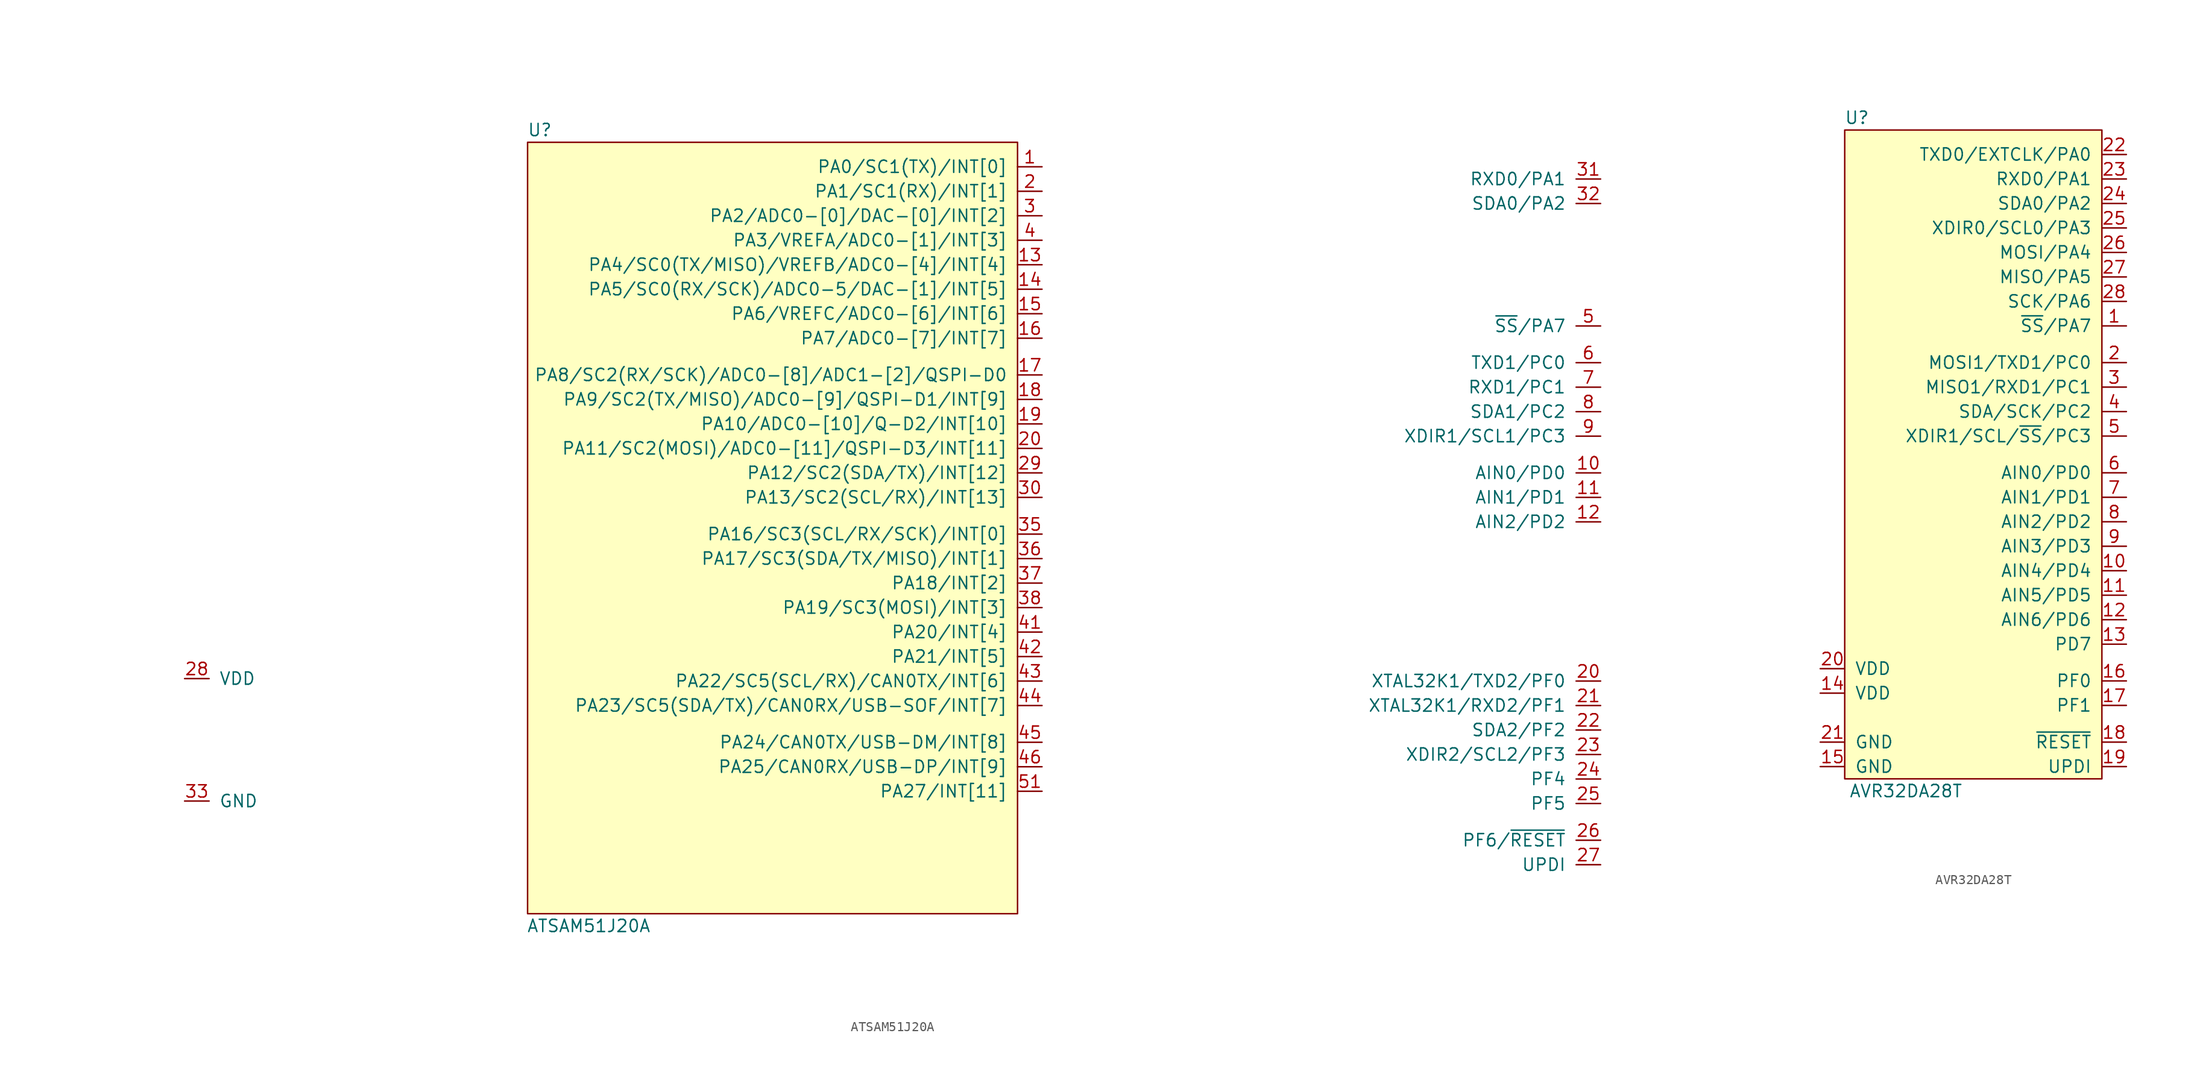
<source format=kicad_sym>
(kicad_symbol_lib
  (version 20211014)
  (generator kicad_symbol_editor)
  (symbol "ATSAM51J20A"
    (pin_names
      (offset 1.016))
    (property "Reference" "U"
      (at 1.27 81.28 0)
      (effects (font (size 1.27 1.27))))
    (property "Value" "ATSAM51J20A"
      (at 6.35 -1.27 0)
      (effects (font (size 1.27 1.27))))
    (symbol "ATSAM51J20A_0_1"
      (rectangle (start 0 80.01) (end 50.8 0) (stroke (width 0) (type default) (color 0 0 0 0)) (fill (type background))))
    (symbol "ATSAM51J20A_1_1"
      (pin bidirectional line (at 53.34 77.47 180) (length 2.54) (name "PA0/SC1(TX)/INT[0]" (effects (font (size 1.27 1.27)))) (number "1" (effects (font (size 1.27 1.27)))))
      (pin bidirectional line (at 111.252 45.72 180) (length 2.54) (name "AIN0/PD0" (effects (font (size 1.27 1.27)))) (number "10" (effects (font (size 1.27 1.27)))))
      (pin bidirectional line (at 111.252 43.18 180) (length 2.54) (name "AIN1/PD1" (effects (font (size 1.27 1.27)))) (number "11" (effects (font (size 1.27 1.27)))))
      (pin bidirectional line (at 111.252 40.64 180) (length 2.54) (name "AIN2/PD2" (effects (font (size 1.27 1.27)))) (number "12" (effects (font (size 1.27 1.27)))))
      (pin bidirectional line (at 53.34 67.31 180) (length 2.54) (name "PA4/SC0(TX/MISO)/VREFB/ADC0-[4]/INT[4]" (effects (font (size 1.27 1.27)))) (number "13" (effects (font (size 1.27 1.27)))))
      (pin bidirectional line (at 53.34 64.77 180) (length 2.54) (name "PA5/SC0(RX/SCK)/ADC0-5/DAC-[1]/INT[5]" (effects (font (size 1.27 1.27)))) (number "14" (effects (font (size 1.27 1.27)))))
      (pin bidirectional line (at 53.34 62.23 180) (length 2.54) (name "PA6/VREFC/ADC0-[6]/INT[6]" (effects (font (size 1.27 1.27)))) (number "15" (effects (font (size 1.27 1.27)))))
      (pin bidirectional line (at 53.34 59.69 180) (length 2.54) (name "PA7/ADC0-[7]/INT[7]" (effects (font (size 1.27 1.27)))) (number "16" (effects (font (size 1.27 1.27)))))
      (pin bidirectional line (at 53.34 55.88 180) (length 2.54) (name "PA8/SC2(RX/SCK)/ADC0-[8]/ADC1-[2]/QSPI-D0" (effects (font (size 1.27 1.27)))) (number "17" (effects (font (size 1.27 1.27)))))
      (pin bidirectional line (at 53.34 53.34 180) (length 2.54) (name "PA9/SC2(TX/MISO)/ADC0-[9]/QSPI-D1/INT[9]" (effects (font (size 1.27 1.27)))) (number "18" (effects (font (size 1.27 1.27)))))
      (pin bidirectional line (at 53.34 50.8 180) (length 2.54) (name "PA10/ADC0-[10]/Q-D2/INT[10]" (effects (font (size 1.27 1.27)))) (number "19" (effects (font (size 1.27 1.27)))))
      (pin bidirectional line (at 53.34 74.93 180) (length 2.54) (name "PA1/SC1(RX)/INT[1]" (effects (font (size 1.27 1.27)))) (number "2" (effects (font (size 1.27 1.27)))))
      (pin bidirectional line (at 53.34 48.26 180) (length 2.54) (name "PA11/SC2(MOSI)/ADC0-[11]/QSPI-D3/INT[11]" (effects (font (size 1.27 1.27)))) (number "20" (effects (font (size 1.27 1.27)))))
      (pin bidirectional line (at 111.252 24.13 180) (length 2.54) (name "XTAL32K1/TXD2/PF0" (effects (font (size 1.27 1.27)))) (number "20" (effects (font (size 1.27 1.27)))))
      (pin bidirectional line (at 111.252 21.59 180) (length 2.54) (name "XTAL32K1/RXD2/PF1" (effects (font (size 1.27 1.27)))) (number "21" (effects (font (size 1.27 1.27)))))
      (pin bidirectional line (at 111.252 19.05 180) (length 2.54) (name "SDA2/PF2" (effects (font (size 1.27 1.27)))) (number "22" (effects (font (size 1.27 1.27)))))
      (pin bidirectional line (at 111.252 16.51 180) (length 2.54) (name "XDIR2/SCL2/PF3" (effects (font (size 1.27 1.27)))) (number "23" (effects (font (size 1.27 1.27)))))
      (pin bidirectional line (at 111.252 13.97 180) (length 2.54) (name "PF4" (effects (font (size 1.27 1.27)))) (number "24" (effects (font (size 1.27 1.27)))))
      (pin bidirectional line (at 111.252 11.43 180) (length 2.54) (name "PF5" (effects (font (size 1.27 1.27)))) (number "25" (effects (font (size 1.27 1.27)))))
      (pin input line (at 111.252 7.62 180) (length 2.54) (name "PF6/~{RESET}" (effects (font (size 1.27 1.27)))) (number "26" (effects (font (size 1.27 1.27)))))
      (pin input line (at 111.252 5.08 180) (length 2.54) (name "UPDI" (effects (font (size 1.27 1.27)))) (number "27" (effects (font (size 1.27 1.27)))))
      (pin power_in line (at -35.56 24.384 0) (length 2.54) (name "VDD" (effects (font (size 1.27 1.27)))) (number "28" (effects (font (size 1.27 1.27)))))
      (pin bidirectional line (at 53.34 45.72 180) (length 2.54) (name "PA12/SC2(SDA/TX)/INT[12]" (effects (font (size 1.27 1.27)))) (number "29" (effects (font (size 1.27 1.27)))))
      (pin bidirectional line (at 53.34 72.39 180) (length 2.54) (name "PA2/ADC0-[0]/DAC-[0]/INT[2]" (effects (font (size 1.27 1.27)))) (number "3" (effects (font (size 1.27 1.27)))))
      (pin bidirectional line (at 53.34 43.18 180) (length 2.54) (name "PA13/SC2(SCL/RX)/INT[13]" (effects (font (size 1.27 1.27)))) (number "30" (effects (font (size 1.27 1.27)))))
      (pin bidirectional line (at 111.252 76.2 180) (length 2.54) (name "RXD0/PA1" (effects (font (size 1.27 1.27)))) (number "31" (effects (font (size 1.27 1.27)))))
      (pin bidirectional line (at 111.252 73.66 180) (length 2.54) (name "SDA0/PA2" (effects (font (size 1.27 1.27)))) (number "32" (effects (font (size 1.27 1.27)))))
      (pin power_in line (at -35.56 11.684 0) (length 2.54) (name "GND" (effects (font (size 1.27 1.27)))) (number "33" (effects (font (size 1.27 1.27)))))
      (pin bidirectional line (at 53.34 39.37 180) (length 2.54) (name "PA16/SC3(SCL/RX/SCK)/INT[0]" (effects (font (size 1.27 1.27)))) (number "35" (effects (font (size 1.27 1.27)))))
      (pin bidirectional line (at 53.34 36.83 180) (length 2.54) (name "PA17/SC3(SDA/TX/MISO)/INT[1]" (effects (font (size 1.27 1.27)))) (number "36" (effects (font (size 1.27 1.27)))))
      (pin bidirectional line (at 53.34 34.29 180) (length 2.54) (name "PA18/INT[2]" (effects (font (size 1.27 1.27)))) (number "37" (effects (font (size 1.27 1.27)))))
      (pin bidirectional line (at 53.34 31.75 180) (length 2.54) (name "PA19/SC3(MOSI)/INT[3]" (effects (font (size 1.27 1.27)))) (number "38" (effects (font (size 1.27 1.27)))))
      (pin bidirectional line (at 53.34 69.85 180) (length 2.54) (name "PA3/VREFA/ADC0-[1]/INT[3]" (effects (font (size 1.27 1.27)))) (number "4" (effects (font (size 1.27 1.27)))))
      (pin bidirectional line (at 53.34 29.21 180) (length 2.54) (name "PA20/INT[4]" (effects (font (size 1.27 1.27)))) (number "41" (effects (font (size 1.27 1.27)))))
      (pin bidirectional line (at 53.34 26.67 180) (length 2.54) (name "PA21/INT[5]" (effects (font (size 1.27 1.27)))) (number "42" (effects (font (size 1.27 1.27)))))
      (pin bidirectional line (at 53.34 24.13 180) (length 2.54) (name "PA22/SC5(SCL/RX)/CAN0TX/INT[6]" (effects (font (size 1.27 1.27)))) (number "43" (effects (font (size 1.27 1.27)))))
      (pin bidirectional line (at 53.34 21.59 180) (length 2.54) (name "PA23/SC5(SDA/TX)/CAN0RX/USB-SOF/INT[7]" (effects (font (size 1.27 1.27)))) (number "44" (effects (font (size 1.27 1.27)))))
      (pin bidirectional line (at 53.34 17.78 180) (length 2.54) (name "PA24/CAN0TX/USB-DM/INT[8]" (effects (font (size 1.27 1.27)))) (number "45" (effects (font (size 1.27 1.27)))))
      (pin bidirectional line (at 53.34 15.24 180) (length 2.54) (name "PA25/CAN0RX/USB-DP/INT[9]" (effects (font (size 1.27 1.27)))) (number "46" (effects (font (size 1.27 1.27)))))
      (pin bidirectional line (at 111.252 60.96 180) (length 2.54) (name "~{SS}/PA7" (effects (font (size 1.27 1.27)))) (number "5" (effects (font (size 1.27 1.27)))))
      (pin bidirectional line (at 53.34 12.7 180) (length 2.54) (name "PA27/INT[11]" (effects (font (size 1.27 1.27)))) (number "51" (effects (font (size 1.27 1.27)))))
      (pin bidirectional line (at 111.252 57.15 180) (length 2.54) (name "TXD1/PC0" (effects (font (size 1.27 1.27)))) (number "6" (effects (font (size 1.27 1.27)))))
      (pin bidirectional line (at 111.252 54.61 180) (length 2.54) (name "RXD1/PC1" (effects (font (size 1.27 1.27)))) (number "7" (effects (font (size 1.27 1.27)))))
      (pin bidirectional line (at 111.252 52.07 180) (length 2.54) (name "SDA1/PC2" (effects (font (size 1.27 1.27)))) (number "8" (effects (font (size 1.27 1.27)))))
      (pin bidirectional line (at 111.252 49.53 180) (length 2.54) (name "XDIR1/SCL1/PC3" (effects (font (size 1.27 1.27)))) (number "9" (effects (font (size 1.27 1.27)))))))
  (symbol "AVR32DA28T"
    (pin_names
      (offset 1.016))
    (property "Reference" "U"
      (at 1.27 68.58 0)
      (effects (font (size 1.27 1.27))))
    (property "Value" "AVR32DA28T"
      (at 6.35 -1.27 0)
      (effects (font (size 1.27 1.27))))
    (symbol "AVR32DA28T_0_1"
      (rectangle (start 0 0) (end 26.67 67.31) (stroke (width 0) (type default) (color 0 0 0 0)) (fill (type background))))
    (symbol "AVR32DA28T_1_1"
      (pin bidirectional line (at 29.21 46.99 180) (length 2.54) (name "~{SS}/PA7" (effects (font (size 1.27 1.27)))) (number "1" (effects (font (size 1.27 1.27)))))
      (pin bidirectional line (at 29.21 21.59 180) (length 2.54) (name "AIN4/PD4" (effects (font (size 1.27 1.27)))) (number "10" (effects (font (size 1.27 1.27)))))
      (pin bidirectional line (at 29.21 19.05 180) (length 2.54) (name "AIN5/PD5" (effects (font (size 1.27 1.27)))) (number "11" (effects (font (size 1.27 1.27)))))
      (pin bidirectional line (at 29.21 16.51 180) (length 2.54) (name "AIN6/PD6" (effects (font (size 1.27 1.27)))) (number "12" (effects (font (size 1.27 1.27)))))
      (pin bidirectional line (at 29.21 13.97 180) (length 2.54) (name "PD7" (effects (font (size 1.27 1.27)))) (number "13" (effects (font (size 1.27 1.27)))))
      (pin power_in line (at -2.54 8.89 0) (length 2.54) (name "VDD" (effects (font (size 1.27 1.27)))) (number "14" (effects (font (size 1.27 1.27)))))
      (pin power_in line (at -2.54 1.27 0) (length 2.54) (name "GND" (effects (font (size 1.27 1.27)))) (number "15" (effects (font (size 1.27 1.27)))))
      (pin bidirectional line (at 29.21 10.16 180) (length 2.54) (name "PF0" (effects (font (size 1.27 1.27)))) (number "16" (effects (font (size 1.27 1.27)))))
      (pin bidirectional line (at 29.21 7.62 180) (length 2.54) (name "PF1" (effects (font (size 1.27 1.27)))) (number "17" (effects (font (size 1.27 1.27)))))
      (pin input line (at 29.21 3.81 180) (length 2.54) (name "~{RESET}" (effects (font (size 1.27 1.27)))) (number "18" (effects (font (size 1.27 1.27)))))
      (pin input line (at 29.21 1.27 180) (length 2.54) (name "UPDI" (effects (font (size 1.27 1.27)))) (number "19" (effects (font (size 1.27 1.27)))))
      (pin bidirectional line (at 29.21 43.18 180) (length 2.54) (name "MOSI1/TXD1/PC0" (effects (font (size 1.27 1.27)))) (number "2" (effects (font (size 1.27 1.27)))))
      (pin power_in line (at -2.54 11.43 0) (length 2.54) (name "VDD" (effects (font (size 1.27 1.27)))) (number "20" (effects (font (size 1.27 1.27)))))
      (pin power_in line (at -2.54 3.81 0) (length 2.54) (name "GND" (effects (font (size 1.27 1.27)))) (number "21" (effects (font (size 1.27 1.27)))))
      (pin bidirectional line (at 29.21 64.77 180) (length 2.54) (name "TXD0/EXTCLK/PA0" (effects (font (size 1.27 1.27)))) (number "22" (effects (font (size 1.27 1.27)))))
      (pin bidirectional line (at 29.21 62.23 180) (length 2.54) (name "RXD0/PA1" (effects (font (size 1.27 1.27)))) (number "23" (effects (font (size 1.27 1.27)))))
      (pin bidirectional line (at 29.21 59.69 180) (length 2.54) (name "SDA0/PA2" (effects (font (size 1.27 1.27)))) (number "24" (effects (font (size 1.27 1.27)))))
      (pin bidirectional line (at 29.21 57.15 180) (length 2.54) (name "XDIR0/SCL0/PA3" (effects (font (size 1.27 1.27)))) (number "25" (effects (font (size 1.27 1.27)))))
      (pin bidirectional line (at 29.21 54.61 180) (length 2.54) (name "MOSI/PA4" (effects (font (size 1.27 1.27)))) (number "26" (effects (font (size 1.27 1.27)))))
      (pin bidirectional line (at 29.21 52.07 180) (length 2.54) (name "MISO/PA5" (effects (font (size 1.27 1.27)))) (number "27" (effects (font (size 1.27 1.27)))))
      (pin bidirectional line (at 29.21 49.53 180) (length 2.54) (name "SCK/PA6" (effects (font (size 1.27 1.27)))) (number "28" (effects (font (size 1.27 1.27)))))
      (pin bidirectional line (at 29.21 40.64 180) (length 2.54) (name "MISO1/RXD1/PC1" (effects (font (size 1.27 1.27)))) (number "3" (effects (font (size 1.27 1.27)))))
      (pin bidirectional line (at 29.21 38.1 180) (length 2.54) (name "SDA/SCK/PC2" (effects (font (size 1.27 1.27)))) (number "4" (effects (font (size 1.27 1.27)))))
      (pin bidirectional line (at 29.21 35.56 180) (length 2.54) (name "XDIR1/SCL/~{SS}/PC3" (effects (font (size 1.27 1.27)))) (number "5" (effects (font (size 1.27 1.27)))))
      (pin bidirectional line (at 29.21 31.75 180) (length 2.54) (name "AIN0/PD0" (effects (font (size 1.27 1.27)))) (number "6" (effects (font (size 1.27 1.27)))))
      (pin bidirectional line (at 29.21 29.21 180) (length 2.54) (name "AIN1/PD1" (effects (font (size 1.27 1.27)))) (number "7" (effects (font (size 1.27 1.27)))))
      (pin bidirectional line (at 29.21 26.67 180) (length 2.54) (name "AIN2/PD2" (effects (font (size 1.27 1.27)))) (number "8" (effects (font (size 1.27 1.27)))))
      (pin bidirectional line (at 29.21 24.13 180) (length 2.54) (name "AIN3/PD3" (effects (font (size 1.27 1.27)))) (number "9" (effects (font (size 1.27 1.27))))))))
</source>
